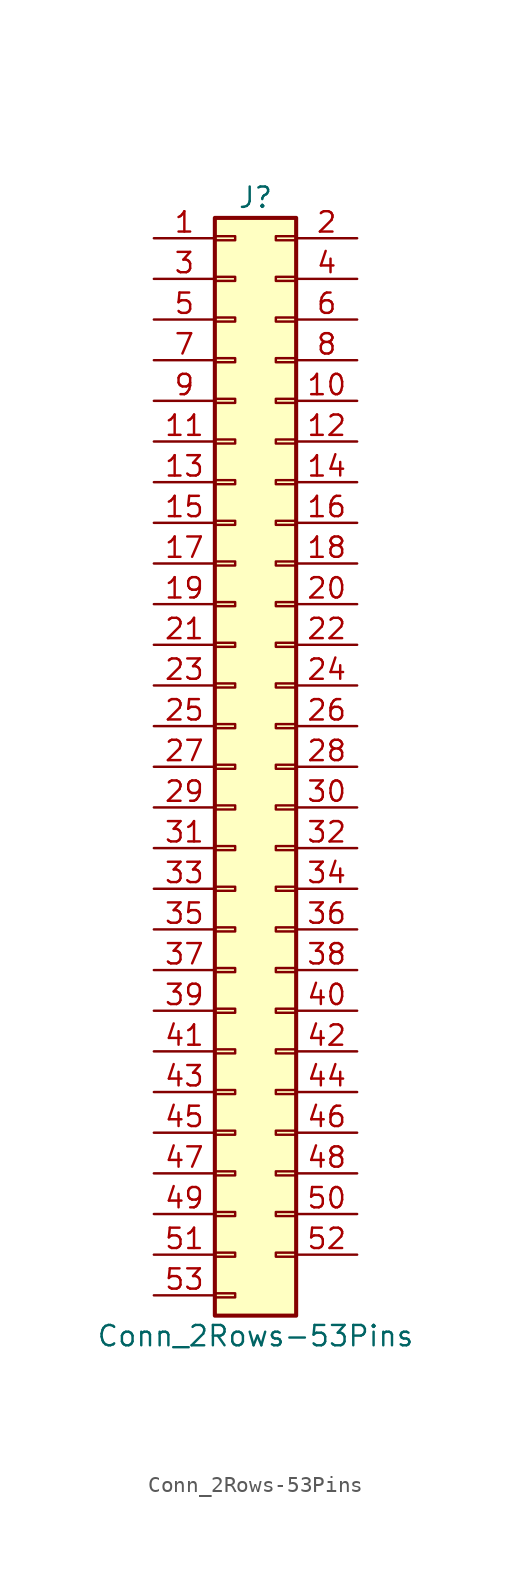
<source format=kicad_sym>
(kicad_symbol_lib
  (version 20200908)
  (generator kicad_symbol_editor)
  (symbol "Connector_Generic:Conn_2Rows-53Pins"
    (pin_names
      (offset 1.016) hide)
    (property "Reference" "J"
      (at 1.27 35.56 0)
      (effects (font (size 1.27 1.27))))
    (property "Value" "Conn_2Rows-53Pins"
      (at 1.27 -35.56 0)
      (effects (font (size 1.27 1.27))))
    (symbol "Conn_2Rows-53Pins_1_1"
      (rectangle (start -1.27 -27.813) (end 0 -28.067) (stroke (width 0.152)) (fill (type none)))
      (rectangle (start -1.27 -30.353) (end 0 -30.607) (stroke (width 0.152)) (fill (type none)))
      (rectangle (start -1.27 -32.893) (end 0 -33.147) (stroke (width 0.152)) (fill (type none)))
      (rectangle (start -1.27 -4.953) (end 0 -5.207) (stroke (width 0.152)) (fill (type none)))
      (rectangle (start -1.27 -7.493) (end 0 -7.747) (stroke (width 0.152)) (fill (type none)))
      (rectangle (start -1.27 -10.033) (end 0 -10.287) (stroke (width 0.152)) (fill (type none)))
      (rectangle (start -1.27 -12.573) (end 0 -12.827) (stroke (width 0.152)) (fill (type none)))
      (rectangle (start -1.27 -15.113) (end 0 -15.367) (stroke (width 0.152)) (fill (type none)))
      (rectangle (start -1.27 -17.653) (end 0 -17.907) (stroke (width 0.152)) (fill (type none)))
      (rectangle (start -1.27 -20.193) (end 0 -20.447) (stroke (width 0.152)) (fill (type none)))
      (rectangle (start -1.27 -22.733) (end 0 -22.987) (stroke (width 0.152)) (fill (type none)))
      (rectangle (start -1.27 -2.413) (end 0 -2.667) (stroke (width 0.152)) (fill (type none)))
      (rectangle (start -1.27 -25.273) (end 0 -25.527) (stroke (width 0.152)) (fill (type none)))
      (rectangle (start -1.27 25.527) (end 0 25.273) (stroke (width 0.152)) (fill (type none)))
      (rectangle (start -1.27 2.667) (end 0 2.413) (stroke (width 0.152)) (fill (type none)))
      (rectangle (start -1.27 28.067) (end 0 27.813) (stroke (width 0.152)) (fill (type none)))
      (rectangle (start -1.27 30.607) (end 0 30.353) (stroke (width 0.152)) (fill (type none)))
      (rectangle (start -1.27 33.147) (end 0 32.893) (stroke (width 0.152)) (fill (type none)))
      (rectangle (start -1.27 34.29) (end 3.81 -34.29) (stroke (width 0.254)) (fill (type background)))
      (rectangle (start -1.27 5.207) (end 0 4.953) (stroke (width 0.152)) (fill (type none)))
      (rectangle (start -1.27 7.747) (end 0 7.493) (stroke (width 0.152)) (fill (type none)))
      (rectangle (start -1.27 10.287) (end 0 10.033) (stroke (width 0.152)) (fill (type none)))
      (rectangle (start -1.27 0.127) (end 0 -0.127) (stroke (width 0.152)) (fill (type none)))
      (rectangle (start -1.27 12.827) (end 0 12.573) (stroke (width 0.152)) (fill (type none)))
      (rectangle (start -1.27 15.367) (end 0 15.113) (stroke (width 0.152)) (fill (type none)))
      (rectangle (start -1.27 17.907) (end 0 17.653) (stroke (width 0.152)) (fill (type none)))
      (rectangle (start -1.27 20.447) (end 0 20.193) (stroke (width 0.152)) (fill (type none)))
      (rectangle (start -1.27 22.987) (end 0 22.733) (stroke (width 0.152)) (fill (type none)))
      (rectangle (start 3.81 -27.813) (end 2.54 -28.067) (stroke (width 0.152)) (fill (type none)))
      (rectangle (start 3.81 -30.353) (end 2.54 -30.607) (stroke (width 0.152)) (fill (type none)))
      (rectangle (start 3.81 -4.953) (end 2.54 -5.207) (stroke (width 0.152)) (fill (type none)))
      (rectangle (start 3.81 -7.493) (end 2.54 -7.747) (stroke (width 0.152)) (fill (type none)))
      (rectangle (start 3.81 -10.033) (end 2.54 -10.287) (stroke (width 0.152)) (fill (type none)))
      (rectangle (start 3.81 -12.573) (end 2.54 -12.827) (stroke (width 0.152)) (fill (type none)))
      (rectangle (start 3.81 -15.113) (end 2.54 -15.367) (stroke (width 0.152)) (fill (type none)))
      (rectangle (start 3.81 -17.653) (end 2.54 -17.907) (stroke (width 0.152)) (fill (type none)))
      (rectangle (start 3.81 -20.193) (end 2.54 -20.447) (stroke (width 0.152)) (fill (type none)))
      (rectangle (start 3.81 -22.733) (end 2.54 -22.987) (stroke (width 0.152)) (fill (type none)))
      (rectangle (start 3.81 -2.413) (end 2.54 -2.667) (stroke (width 0.152)) (fill (type none)))
      (rectangle (start 3.81 -25.273) (end 2.54 -25.527) (stroke (width 0.152)) (fill (type none)))
      (rectangle (start 3.81 25.527) (end 2.54 25.273) (stroke (width 0.152)) (fill (type none)))
      (rectangle (start 3.81 2.667) (end 2.54 2.413) (stroke (width 0.152)) (fill (type none)))
      (rectangle (start 3.81 28.067) (end 2.54 27.813) (stroke (width 0.152)) (fill (type none)))
      (rectangle (start 3.81 30.607) (end 2.54 30.353) (stroke (width 0.152)) (fill (type none)))
      (rectangle (start 3.81 33.147) (end 2.54 32.893) (stroke (width 0.152)) (fill (type none)))
      (rectangle (start 3.81 5.207) (end 2.54 4.953) (stroke (width 0.152)) (fill (type none)))
      (rectangle (start 3.81 7.747) (end 2.54 7.493) (stroke (width 0.152)) (fill (type none)))
      (rectangle (start 3.81 10.287) (end 2.54 10.033) (stroke (width 0.152)) (fill (type none)))
      (rectangle (start 3.81 0.127) (end 2.54 -0.127) (stroke (width 0.152)) (fill (type none)))
      (rectangle (start 3.81 12.827) (end 2.54 12.573) (stroke (width 0.152)) (fill (type none)))
      (rectangle (start 3.81 15.367) (end 2.54 15.113) (stroke (width 0.152)) (fill (type none)))
      (rectangle (start 3.81 17.907) (end 2.54 17.653) (stroke (width 0.152)) (fill (type none)))
      (rectangle (start 3.81 20.447) (end 2.54 20.193) (stroke (width 0.152)) (fill (type none)))
      (rectangle (start 3.81 22.987) (end 2.54 22.733) (stroke (width 0.152)) (fill (type none)))
      (pin passive line (at -5.08 33.02 0) (length 3.81) (name "Pin_1" (effects (font (size 1.27 1.27)))) (number "1" (effects (font (size 1.27 1.27)))))
      (pin passive line (at 7.62 22.86 180) (length 3.81) (name "Pin_10" (effects (font (size 1.27 1.27)))) (number "10" (effects (font (size 1.27 1.27)))))
      (pin passive line (at -5.08 20.32 0) (length 3.81) (name "Pin_11" (effects (font (size 1.27 1.27)))) (number "11" (effects (font (size 1.27 1.27)))))
      (pin passive line (at 7.62 20.32 180) (length 3.81) (name "Pin_12" (effects (font (size 1.27 1.27)))) (number "12" (effects (font (size 1.27 1.27)))))
      (pin passive line (at -5.08 17.78 0) (length 3.81) (name "Pin_13" (effects (font (size 1.27 1.27)))) (number "13" (effects (font (size 1.27 1.27)))))
      (pin passive line (at 7.62 17.78 180) (length 3.81) (name "Pin_14" (effects (font (size 1.27 1.27)))) (number "14" (effects (font (size 1.27 1.27)))))
      (pin passive line (at -5.08 15.24 0) (length 3.81) (name "Pin_15" (effects (font (size 1.27 1.27)))) (number "15" (effects (font (size 1.27 1.27)))))
      (pin passive line (at 7.62 15.24 180) (length 3.81) (name "Pin_16" (effects (font (size 1.27 1.27)))) (number "16" (effects (font (size 1.27 1.27)))))
      (pin passive line (at -5.08 12.7 0) (length 3.81) (name "Pin_17" (effects (font (size 1.27 1.27)))) (number "17" (effects (font (size 1.27 1.27)))))
      (pin passive line (at 7.62 12.7 180) (length 3.81) (name "Pin_18" (effects (font (size 1.27 1.27)))) (number "18" (effects (font (size 1.27 1.27)))))
      (pin passive line (at -5.08 10.16 0) (length 3.81) (name "Pin_19" (effects (font (size 1.27 1.27)))) (number "19" (effects (font (size 1.27 1.27)))))
      (pin passive line (at 7.62 33.02 180) (length 3.81) (name "Pin_2" (effects (font (size 1.27 1.27)))) (number "2" (effects (font (size 1.27 1.27)))))
      (pin passive line (at 7.62 10.16 180) (length 3.81) (name "Pin_20" (effects (font (size 1.27 1.27)))) (number "20" (effects (font (size 1.27 1.27)))))
      (pin passive line (at -5.08 7.62 0) (length 3.81) (name "Pin_21" (effects (font (size 1.27 1.27)))) (number "21" (effects (font (size 1.27 1.27)))))
      (pin passive line (at 7.62 7.62 180) (length 3.81) (name "Pin_22" (effects (font (size 1.27 1.27)))) (number "22" (effects (font (size 1.27 1.27)))))
      (pin passive line (at -5.08 5.08 0) (length 3.81) (name "Pin_23" (effects (font (size 1.27 1.27)))) (number "23" (effects (font (size 1.27 1.27)))))
      (pin passive line (at 7.62 5.08 180) (length 3.81) (name "Pin_24" (effects (font (size 1.27 1.27)))) (number "24" (effects (font (size 1.27 1.27)))))
      (pin passive line (at -5.08 2.54 0) (length 3.81) (name "Pin_25" (effects (font (size 1.27 1.27)))) (number "25" (effects (font (size 1.27 1.27)))))
      (pin passive line (at 7.62 2.54 180) (length 3.81) (name "Pin_26" (effects (font (size 1.27 1.27)))) (number "26" (effects (font (size 1.27 1.27)))))
      (pin passive line (at -5.08 0 0) (length 3.81) (name "Pin_27" (effects (font (size 1.27 1.27)))) (number "27" (effects (font (size 1.27 1.27)))))
      (pin passive line (at 7.62 0 180) (length 3.81) (name "Pin_28" (effects (font (size 1.27 1.27)))) (number "28" (effects (font (size 1.27 1.27)))))
      (pin passive line (at -5.08 -2.54 0) (length 3.81) (name "Pin_29" (effects (font (size 1.27 1.27)))) (number "29" (effects (font (size 1.27 1.27)))))
      (pin passive line (at -5.08 30.48 0) (length 3.81) (name "Pin_3" (effects (font (size 1.27 1.27)))) (number "3" (effects (font (size 1.27 1.27)))))
      (pin passive line (at 7.62 -2.54 180) (length 3.81) (name "Pin_30" (effects (font (size 1.27 1.27)))) (number "30" (effects (font (size 1.27 1.27)))))
      (pin passive line (at -5.08 -5.08 0) (length 3.81) (name "Pin_31" (effects (font (size 1.27 1.27)))) (number "31" (effects (font (size 1.27 1.27)))))
      (pin passive line (at 7.62 -5.08 180) (length 3.81) (name "Pin_32" (effects (font (size 1.27 1.27)))) (number "32" (effects (font (size 1.27 1.27)))))
      (pin passive line (at -5.08 -7.62 0) (length 3.81) (name "Pin_33" (effects (font (size 1.27 1.27)))) (number "33" (effects (font (size 1.27 1.27)))))
      (pin passive line (at 7.62 -7.62 180) (length 3.81) (name "Pin_34" (effects (font (size 1.27 1.27)))) (number "34" (effects (font (size 1.27 1.27)))))
      (pin passive line (at -5.08 -10.16 0) (length 3.81) (name "Pin_35" (effects (font (size 1.27 1.27)))) (number "35" (effects (font (size 1.27 1.27)))))
      (pin passive line (at 7.62 -10.16 180) (length 3.81) (name "Pin_36" (effects (font (size 1.27 1.27)))) (number "36" (effects (font (size 1.27 1.27)))))
      (pin passive line (at -5.08 -12.7 0) (length 3.81) (name "Pin_37" (effects (font (size 1.27 1.27)))) (number "37" (effects (font (size 1.27 1.27)))))
      (pin passive line (at 7.62 -12.7 180) (length 3.81) (name "Pin_38" (effects (font (size 1.27 1.27)))) (number "38" (effects (font (size 1.27 1.27)))))
      (pin passive line (at -5.08 -15.24 0) (length 3.81) (name "Pin_39" (effects (font (size 1.27 1.27)))) (number "39" (effects (font (size 1.27 1.27)))))
      (pin passive line (at 7.62 30.48 180) (length 3.81) (name "Pin_4" (effects (font (size 1.27 1.27)))) (number "4" (effects (font (size 1.27 1.27)))))
      (pin passive line (at 7.62 -15.24 180) (length 3.81) (name "Pin_40" (effects (font (size 1.27 1.27)))) (number "40" (effects (font (size 1.27 1.27)))))
      (pin passive line (at -5.08 -17.78 0) (length 3.81) (name "Pin_41" (effects (font (size 1.27 1.27)))) (number "41" (effects (font (size 1.27 1.27)))))
      (pin passive line (at 7.62 -17.78 180) (length 3.81) (name "Pin_42" (effects (font (size 1.27 1.27)))) (number "42" (effects (font (size 1.27 1.27)))))
      (pin passive line (at -5.08 -20.32 0) (length 3.81) (name "Pin_43" (effects (font (size 1.27 1.27)))) (number "43" (effects (font (size 1.27 1.27)))))
      (pin passive line (at 7.62 -20.32 180) (length 3.81) (name "Pin_44" (effects (font (size 1.27 1.27)))) (number "44" (effects (font (size 1.27 1.27)))))
      (pin passive line (at -5.08 -22.86 0) (length 3.81) (name "Pin_45" (effects (font (size 1.27 1.27)))) (number "45" (effects (font (size 1.27 1.27)))))
      (pin passive line (at 7.62 -22.86 180) (length 3.81) (name "Pin_46" (effects (font (size 1.27 1.27)))) (number "46" (effects (font (size 1.27 1.27)))))
      (pin passive line (at -5.08 -25.4 0) (length 3.81) (name "Pin_47" (effects (font (size 1.27 1.27)))) (number "47" (effects (font (size 1.27 1.27)))))
      (pin passive line (at 7.62 -25.4 180) (length 3.81) (name "Pin_48" (effects (font (size 1.27 1.27)))) (number "48" (effects (font (size 1.27 1.27)))))
      (pin passive line (at -5.08 -27.94 0) (length 3.81) (name "Pin_49" (effects (font (size 1.27 1.27)))) (number "49" (effects (font (size 1.27 1.27)))))
      (pin passive line (at -5.08 27.94 0) (length 3.81) (name "Pin_5" (effects (font (size 1.27 1.27)))) (number "5" (effects (font (size 1.27 1.27)))))
      (pin passive line (at 7.62 -27.94 180) (length 3.81) (name "Pin_50" (effects (font (size 1.27 1.27)))) (number "50" (effects (font (size 1.27 1.27)))))
      (pin passive line (at -5.08 -30.48 0) (length 3.81) (name "Pin_51" (effects (font (size 1.27 1.27)))) (number "51" (effects (font (size 1.27 1.27)))))
      (pin passive line (at 7.62 -30.48 180) (length 3.81) (name "Pin_52" (effects (font (size 1.27 1.27)))) (number "52" (effects (font (size 1.27 1.27)))))
      (pin passive line (at -5.08 -33.02 0) (length 3.81) (name "Pin_53" (effects (font (size 1.27 1.27)))) (number "53" (effects (font (size 1.27 1.27)))))
      (pin passive line (at 7.62 27.94 180) (length 3.81) (name "Pin_6" (effects (font (size 1.27 1.27)))) (number "6" (effects (font (size 1.27 1.27)))))
      (pin passive line (at -5.08 25.4 0) (length 3.81) (name "Pin_7" (effects (font (size 1.27 1.27)))) (number "7" (effects (font (size 1.27 1.27)))))
      (pin passive line (at 7.62 25.4 180) (length 3.81) (name "Pin_8" (effects (font (size 1.27 1.27)))) (number "8" (effects (font (size 1.27 1.27)))))
      (pin passive line (at -5.08 22.86 0) (length 3.81) (name "Pin_9" (effects (font (size 1.27 1.27)))) (number "9" (effects (font (size 1.27 1.27))))))))
</source>
